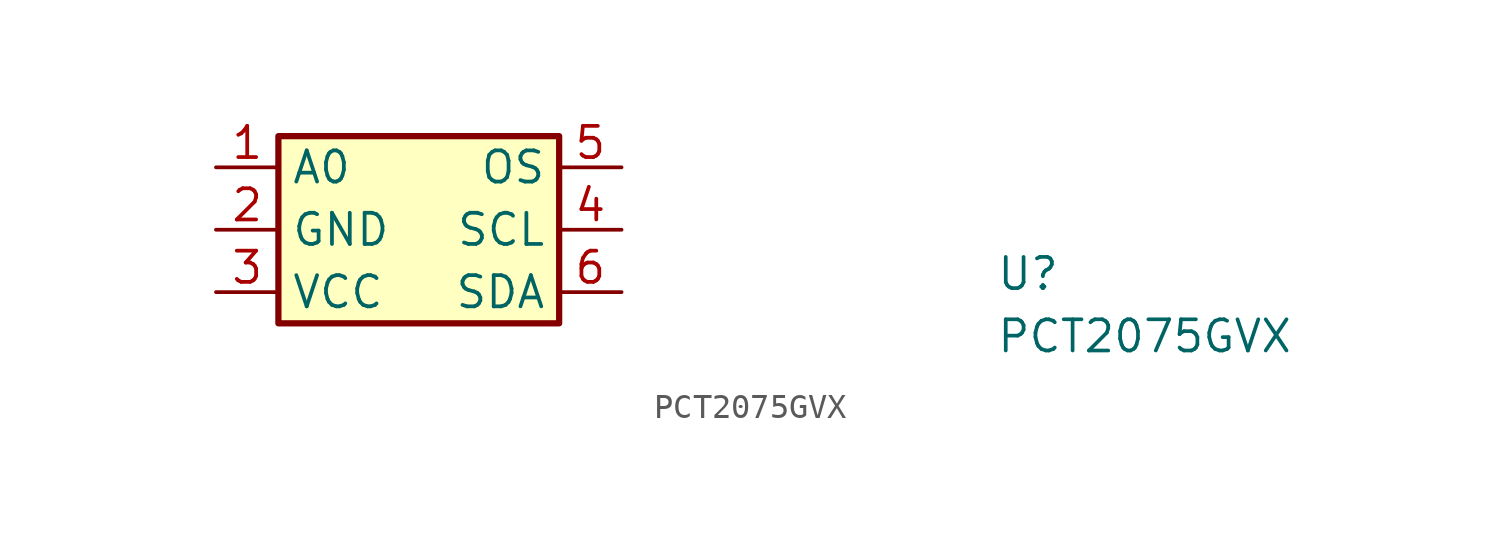
<source format=kicad_sym>
(kicad_symbol_lib
  (version 20211014)
  (generator kicad_symbol_editor)
  (symbol "PCT2075GVX"
    (property "Reference" "U"
      (at 31.75 -5.08 0)
      (effects (font (size 1.27 1.27) (thickness 0.15)) (justify left bottom)))
    (property "Value" "PCT2075GVX"
      (at 31.75 -7.62 0)
      (effects (font (size 1.27 1.27) (thickness 0.15)) (justify left bottom)))
    (symbol "PCT2075GVX_1_1"
      (rectangle (start 2.54 1.27) (end 13.97 -6.35) (stroke (width 0.254) (type default) (color 0 0 0 0)) (fill (type background)))
      (pin input line (at 0 0 0) (length 2.54) (name "A0" (effects (font (size 1.27 1.27)))) (number "1" (effects (font (size 1.27 1.27)))))
      (pin input line (at 0 -2.54 0) (length 2.54) (name "GND" (effects (font (size 1.27 1.27)))) (number "2" (effects (font (size 1.27 1.27)))))
      (pin input line (at 0 -5.08 0) (length 2.54) (name "VCC" (effects (font (size 1.27 1.27)))) (number "3" (effects (font (size 1.27 1.27)))))
      (pin input line (at 16.51 -2.54 180) (length 2.54) (name "SCL" (effects (font (size 1.27 1.27)))) (number "4" (effects (font (size 1.27 1.27)))))
      (pin input line (at 16.51 0 180) (length 2.54) (name "OS" (effects (font (size 1.27 1.27)))) (number "5" (effects (font (size 1.27 1.27)))))
      (pin input line (at 16.51 -5.08 180) (length 2.54) (name "SDA" (effects (font (size 1.27 1.27)))) (number "6" (effects (font (size 1.27 1.27))))))))
</source>
